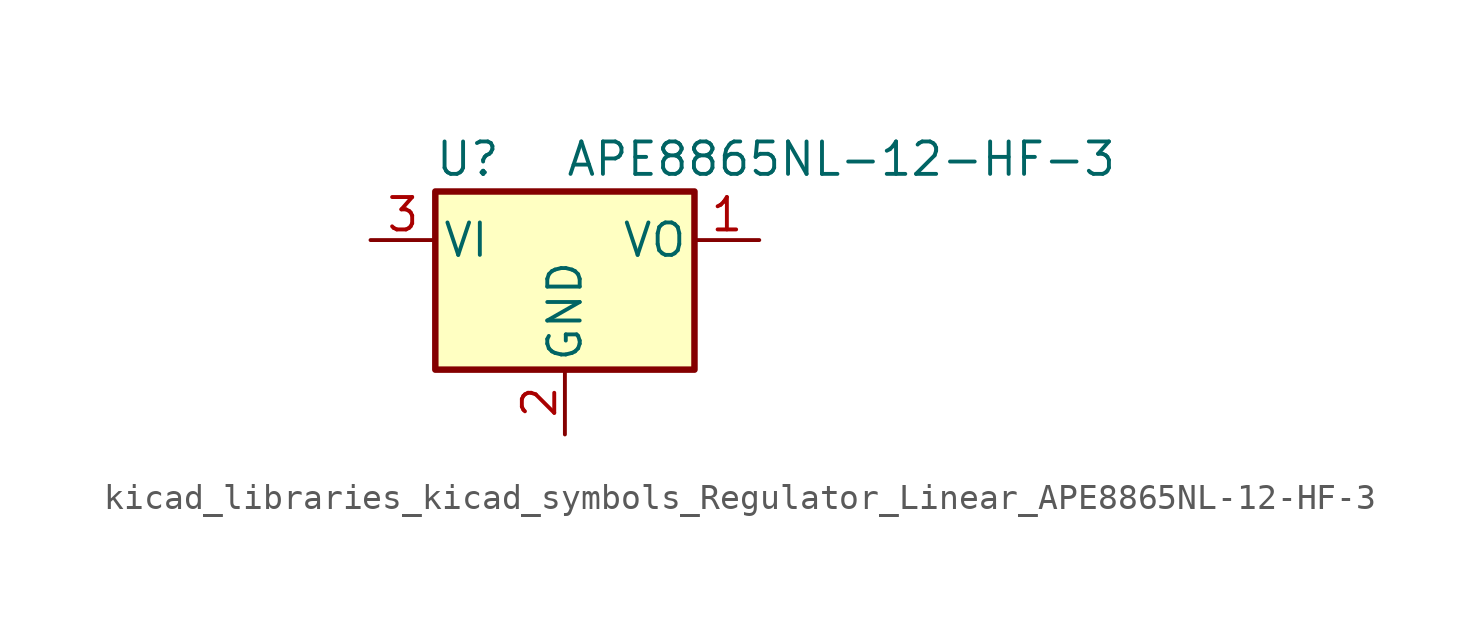
<source format=kicad_sym>
(kicad_symbol_lib
  (version 20220914)
  (generator kicad_symbol_editor)
  (symbol "kicad_libraries_kicad_symbols_Regulator_Linear_APE8865NL-12-HF-3"
    (pin_names
      (offset 0.254))
    (property "Reference" "U"
      (at -3.81 3.175 0)
      (effects (font (size 1.27 1.27))))
    (property "Value" "APE8865NL-12-HF-3"
      (at 0 3.175 0)
      (effects (font (size 1.27 1.27)) (justify left)))
    (symbol "kicad_libraries_kicad_symbols_Regulator_Linear_APE8865NL-12-HF-3_0_1"
      (rectangle (start -5.08 1.905) (end 5.08 -5.08) (stroke (width 0.254) (type default)) (fill (type background))))
    (symbol "kicad_libraries_kicad_symbols_Regulator_Linear_APE8865NL-12-HF-3_1_1"
      (pin power_out line (at 7.62 0 180) (length 2.54) (name "VO" (effects (font (size 1.27 1.27)))) (number "1" (effects (font (size 1.27 1.27)))))
      (pin power_in line (at 0 -7.62 90) (length 2.54) (name "GND" (effects (font (size 1.27 1.27)))) (number "2" (effects (font (size 1.27 1.27)))))
      (pin power_in line (at -7.62 0 0) (length 2.54) (name "VI" (effects (font (size 1.27 1.27)))) (number "3" (effects (font (size 1.27 1.27))))))))
</source>
